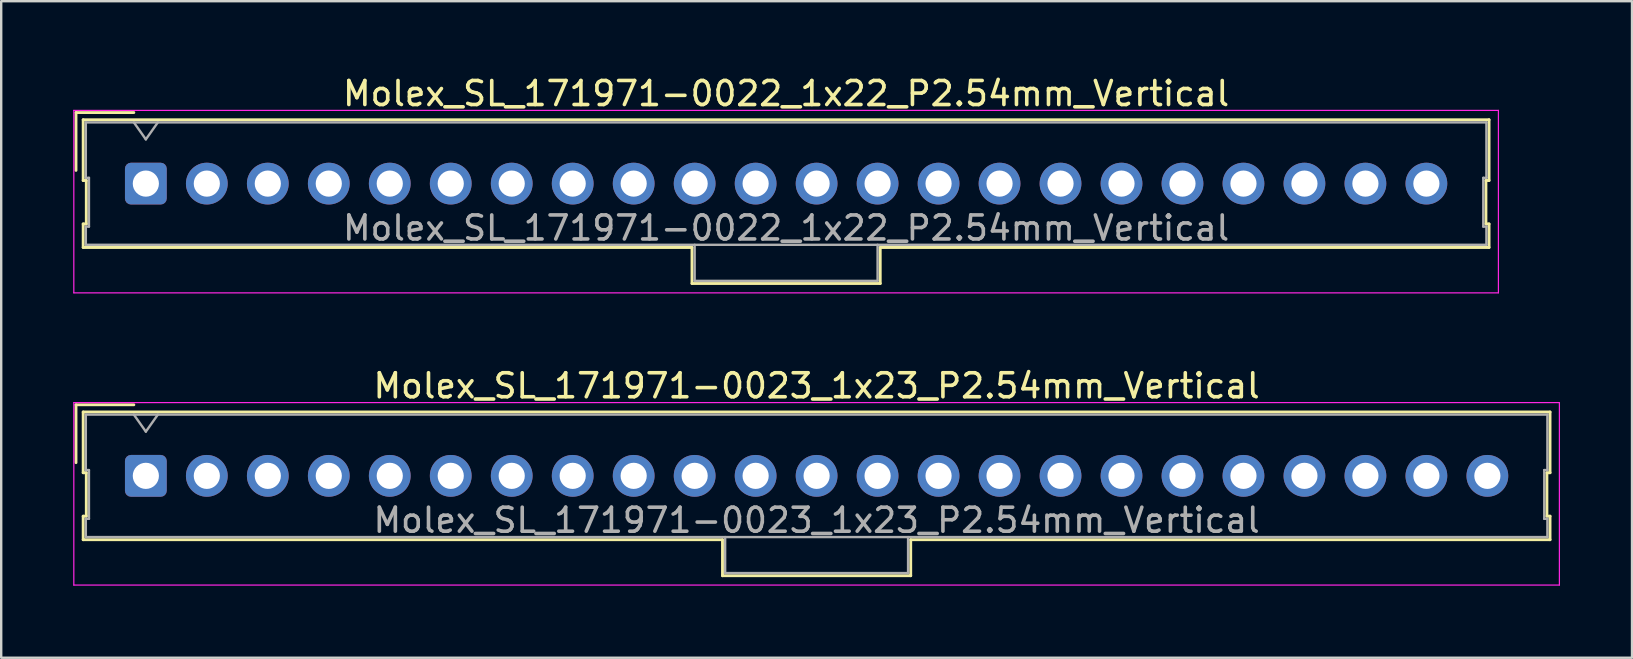
<source format=kicad_pcb>
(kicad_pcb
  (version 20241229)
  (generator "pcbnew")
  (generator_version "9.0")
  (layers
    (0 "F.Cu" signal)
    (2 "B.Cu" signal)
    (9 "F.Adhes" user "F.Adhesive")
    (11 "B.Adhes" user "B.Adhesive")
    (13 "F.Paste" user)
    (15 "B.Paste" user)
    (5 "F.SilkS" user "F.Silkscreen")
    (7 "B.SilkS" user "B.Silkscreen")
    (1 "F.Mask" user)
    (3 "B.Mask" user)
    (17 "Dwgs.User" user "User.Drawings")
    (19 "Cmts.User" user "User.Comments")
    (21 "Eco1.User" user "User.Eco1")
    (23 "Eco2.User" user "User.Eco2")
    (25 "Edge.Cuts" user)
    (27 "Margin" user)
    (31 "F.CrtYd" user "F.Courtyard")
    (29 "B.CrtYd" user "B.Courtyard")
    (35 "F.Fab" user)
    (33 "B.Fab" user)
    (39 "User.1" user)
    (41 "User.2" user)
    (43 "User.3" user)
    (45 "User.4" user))
  (footprint "Molex_SL_171971-0022_1x22_P2.54mm_Vertical"
    (layer "F.Cu")
    (at 3.025 4.598)
    (property "Reference" "Molex_SL_171971-0022_1x22_P2.54mm_Vertical" (at 26.67 -3.75 0) (layer "F.SilkS") (effects (font (size 1 1) (thickness 0.15))))
    (attr through_hole)
    (fp_line (start -2.91 -2.96) (end -0.5 -2.96) (stroke (width 0.12) (type solid)) (layer "F.SilkS"))
    (fp_line (start -2.91 -0.55) (end -2.91 -2.96) (stroke (width 0.12) (type solid)) (layer "F.SilkS"))
    (fp_line (start -2.61 -2.66) (end -2.61 -0.13) (stroke (width 0.12) (type solid)) (layer "F.SilkS"))
    (fp_line (start -2.61 -0.13) (end -2.48 -0.13) (stroke (width 0.12) (type solid)) (layer "F.SilkS"))
    (fp_line (start -2.61 1.68) (end -2.61 2.66) (stroke (width 0.12) (type solid)) (layer "F.SilkS"))
    (fp_line (start -2.61 2.66) (end 22.75 2.66) (stroke (width 0.12) (type solid)) (layer "F.SilkS"))
    (fp_line (start -2.48 -0.13) (end -2.48 1.68) (stroke (width 0.12) (type solid)) (layer "F.SilkS"))
    (fp_line (start -2.48 1.68) (end -2.61 1.68) (stroke (width 0.12) (type solid)) (layer "F.SilkS"))
    (fp_line (start 22.75 2.66) (end 22.75 4.16) (stroke (width 0.12) (type solid)) (layer "F.SilkS"))
    (fp_line (start 22.75 4.16) (end 30.59 4.16) (stroke (width 0.12) (type solid)) (layer "F.SilkS"))
    (fp_line (start 30.59 2.66) (end 55.95 2.66) (stroke (width 0.12) (type solid)) (layer "F.SilkS"))
    (fp_line (start 30.59 4.16) (end 30.59 2.66) (stroke (width 0.12) (type solid)) (layer "F.SilkS"))
    (fp_line (start 55.82 -0.13) (end 55.95 -0.13) (stroke (width 0.12) (type solid)) (layer "F.SilkS"))
    (fp_line (start 55.82 1.68) (end 55.82 -0.13) (stroke (width 0.12) (type solid)) (layer "F.SilkS"))
    (fp_line (start 55.95 -2.66) (end -2.61 -2.66) (stroke (width 0.12) (type solid)) (layer "F.SilkS"))
    (fp_line (start 55.95 -0.13) (end 55.95 -2.66) (stroke (width 0.12) (type solid)) (layer "F.SilkS"))
    (fp_line (start 55.95 1.68) (end 55.82 1.68) (stroke (width 0.12) (type solid)) (layer "F.SilkS"))
    (fp_line (start 55.95 2.66) (end 55.95 1.68) (stroke (width 0.12) (type solid)) (layer "F.SilkS"))
    (fp_line (start -3 -3.05) (end -3 4.55) (stroke (width 0.05) (type solid)) (layer "F.CrtYd"))
    (fp_line (start -3 4.55) (end 56.34 4.55) (stroke (width 0.05) (type solid)) (layer "F.CrtYd"))
    (fp_line (start 56.34 -3.05) (end -3 -3.05) (stroke (width 0.05) (type solid)) (layer "F.CrtYd"))
    (fp_line (start 56.34 4.55) (end 56.34 -3.05) (stroke (width 0.05) (type solid)) (layer "F.CrtYd"))
    (fp_line (start -2.5 -2.55) (end -2.5 -0.24) (stroke (width 0.1) (type solid)) (layer "F.Fab"))
    (fp_line (start -2.5 -0.24) (end -2.37 -0.24) (stroke (width 0.1) (type solid)) (layer "F.Fab"))
    (fp_line (start -2.5 1.79) (end -2.5 2.55) (stroke (width 0.1) (type solid)) (layer "F.Fab"))
    (fp_line (start -2.5 2.55) (end 55.84 2.55) (stroke (width 0.1) (type solid)) (layer "F.Fab"))
    (fp_line (start -2.37 -0.24) (end -2.37 1.79) (stroke (width 0.1) (type solid)) (layer "F.Fab"))
    (fp_line (start -2.37 1.79) (end -2.5 1.79) (stroke (width 0.1) (type solid)) (layer "F.Fab"))
    (fp_line (start 0 -1.843) (end -0.5 -2.55) (stroke (width 0.1) (type solid)) (layer "F.Fab"))
    (fp_line (start 0.5 -2.55) (end 0 -1.843) (stroke (width 0.1) (type solid)) (layer "F.Fab"))
    (fp_line (start 22.86 2.55) (end 22.86 4.05) (stroke (width 0.1) (type solid)) (layer "F.Fab"))
    (fp_line (start 22.86 4.05) (end 30.48 4.05) (stroke (width 0.1) (type solid)) (layer "F.Fab"))
    (fp_line (start 30.48 4.05) (end 30.48 2.55) (stroke (width 0.1) (type solid)) (layer "F.Fab"))
    (fp_line (start 55.71 -0.24) (end 55.84 -0.24) (stroke (width 0.1) (type solid)) (layer "F.Fab"))
    (fp_line (start 55.71 1.79) (end 55.71 -0.24) (stroke (width 0.1) (type solid)) (layer "F.Fab"))
    (fp_line (start 55.84 -2.55) (end -2.5 -2.55) (stroke (width 0.1) (type solid)) (layer "F.Fab"))
    (fp_line (start 55.84 -0.24) (end 55.84 -2.55) (stroke (width 0.1) (type solid)) (layer "F.Fab"))
    (fp_line (start 55.84 1.79) (end 55.71 1.79) (stroke (width 0.1) (type solid)) (layer "F.Fab"))
    (fp_line (start 55.84 2.55) (end 55.84 1.79) (stroke (width 0.1) (type solid)) (layer "F.Fab"))
    (fp_text user "${REFERENCE}" (at 26.67 1.85 0) (layer "F.Fab") (effects (font (size 1 1) (thickness 0.15))))
    (pad "1" thru_hole roundrect (at 0 0) (size 1.74 1.74) (drill 1.09) (layers "*.Cu" "*.Mask") (roundrect_rratio 0.144))
    (pad "2" thru_hole circle (at 2.54 0) (size 1.74 1.74) (drill 1.09) (layers "*.Cu" "*.Mask"))
    (pad "3" thru_hole circle (at 5.08 0) (size 1.74 1.74) (drill 1.09) (layers "*.Cu" "*.Mask"))
    (pad "4" thru_hole circle (at 7.62 0) (size 1.74 1.74) (drill 1.09) (layers "*.Cu" "*.Mask"))
    (pad "5" thru_hole circle (at 10.16 0) (size 1.74 1.74) (drill 1.09) (layers "*.Cu" "*.Mask"))
    (pad "6" thru_hole circle (at 12.7 0) (size 1.74 1.74) (drill 1.09) (layers "*.Cu" "*.Mask"))
    (pad "7" thru_hole circle (at 15.24 0) (size 1.74 1.74) (drill 1.09) (layers "*.Cu" "*.Mask"))
    (pad "8" thru_hole circle (at 17.78 0) (size 1.74 1.74) (drill 1.09) (layers "*.Cu" "*.Mask"))
    (pad "9" thru_hole circle (at 20.32 0) (size 1.74 1.74) (drill 1.09) (layers "*.Cu" "*.Mask"))
    (pad "10" thru_hole circle (at 22.86 0) (size 1.74 1.74) (drill 1.09) (layers "*.Cu" "*.Mask"))
    (pad "11" thru_hole circle (at 25.4 0) (size 1.74 1.74) (drill 1.09) (layers "*.Cu" "*.Mask"))
    (pad "12" thru_hole circle (at 27.94 0) (size 1.74 1.74) (drill 1.09) (layers "*.Cu" "*.Mask"))
    (pad "13" thru_hole circle (at 30.48 0) (size 1.74 1.74) (drill 1.09) (layers "*.Cu" "*.Mask"))
    (pad "14" thru_hole circle (at 33.02 0) (size 1.74 1.74) (drill 1.09) (layers "*.Cu" "*.Mask"))
    (pad "15" thru_hole circle (at 35.56 0) (size 1.74 1.74) (drill 1.09) (layers "*.Cu" "*.Mask"))
    (pad "16" thru_hole circle (at 38.1 0) (size 1.74 1.74) (drill 1.09) (layers "*.Cu" "*.Mask"))
    (pad "17" thru_hole circle (at 40.64 0) (size 1.74 1.74) (drill 1.09) (layers "*.Cu" "*.Mask"))
    (pad "18" thru_hole circle (at 43.18 0) (size 1.74 1.74) (drill 1.09) (layers "*.Cu" "*.Mask"))
    (pad "19" thru_hole circle (at 45.72 0) (size 1.74 1.74) (drill 1.09) (layers "*.Cu" "*.Mask"))
    (pad "20" thru_hole circle (at 48.26 0) (size 1.74 1.74) (drill 1.09) (layers "*.Cu" "*.Mask"))
    (pad "21" thru_hole circle (at 50.8 0) (size 1.74 1.74) (drill 1.09) (layers "*.Cu" "*.Mask"))
    (pad "22" thru_hole circle (at 53.34 0) (size 1.74 1.74) (drill 1.09) (layers "*.Cu" "*.Mask")))
  (footprint "Molex_SL_171971-0023_1x23_P2.54mm_Vertical"
    (layer "F.Cu")
    (at 3.025 16.771)
    (property "Reference" "Molex_SL_171971-0023_1x23_P2.54mm_Vertical" (at 27.94 -3.75 0) (layer "F.SilkS") (effects (font (size 1 1) (thickness 0.15))))
    (attr through_hole)
    (fp_line (start -2.91 -2.96) (end -0.5 -2.96) (stroke (width 0.12) (type solid)) (layer "F.SilkS"))
    (fp_line (start -2.91 -0.55) (end -2.91 -2.96) (stroke (width 0.12) (type solid)) (layer "F.SilkS"))
    (fp_line (start -2.61 -2.66) (end -2.61 -0.13) (stroke (width 0.12) (type solid)) (layer "F.SilkS"))
    (fp_line (start -2.61 -0.13) (end -2.48 -0.13) (stroke (width 0.12) (type solid)) (layer "F.SilkS"))
    (fp_line (start -2.61 1.68) (end -2.61 2.66) (stroke (width 0.12) (type solid)) (layer "F.SilkS"))
    (fp_line (start -2.61 2.66) (end 24.02 2.66) (stroke (width 0.12) (type solid)) (layer "F.SilkS"))
    (fp_line (start -2.48 -0.13) (end -2.48 1.68) (stroke (width 0.12) (type solid)) (layer "F.SilkS"))
    (fp_line (start -2.48 1.68) (end -2.61 1.68) (stroke (width 0.12) (type solid)) (layer "F.SilkS"))
    (fp_line (start 24.02 2.66) (end 24.02 4.16) (stroke (width 0.12) (type solid)) (layer "F.SilkS"))
    (fp_line (start 24.02 4.16) (end 31.86 4.16) (stroke (width 0.12) (type solid)) (layer "F.SilkS"))
    (fp_line (start 31.86 2.66) (end 58.49 2.66) (stroke (width 0.12) (type solid)) (layer "F.SilkS"))
    (fp_line (start 31.86 4.16) (end 31.86 2.66) (stroke (width 0.12) (type solid)) (layer "F.SilkS"))
    (fp_line (start 58.36 -0.13) (end 58.49 -0.13) (stroke (width 0.12) (type solid)) (layer "F.SilkS"))
    (fp_line (start 58.36 1.68) (end 58.36 -0.13) (stroke (width 0.12) (type solid)) (layer "F.SilkS"))
    (fp_line (start 58.49 -2.66) (end -2.61 -2.66) (stroke (width 0.12) (type solid)) (layer "F.SilkS"))
    (fp_line (start 58.49 -0.13) (end 58.49 -2.66) (stroke (width 0.12) (type solid)) (layer "F.SilkS"))
    (fp_line (start 58.49 1.68) (end 58.36 1.68) (stroke (width 0.12) (type solid)) (layer "F.SilkS"))
    (fp_line (start 58.49 2.66) (end 58.49 1.68) (stroke (width 0.12) (type solid)) (layer "F.SilkS"))
    (fp_line (start -3 -3.05) (end -3 4.55) (stroke (width 0.05) (type solid)) (layer "F.CrtYd"))
    (fp_line (start -3 4.55) (end 58.88 4.55) (stroke (width 0.05) (type solid)) (layer "F.CrtYd"))
    (fp_line (start 58.88 -3.05) (end -3 -3.05) (stroke (width 0.05) (type solid)) (layer "F.CrtYd"))
    (fp_line (start 58.88 4.55) (end 58.88 -3.05) (stroke (width 0.05) (type solid)) (layer "F.CrtYd"))
    (fp_line (start -2.5 -2.55) (end -2.5 -0.24) (stroke (width 0.1) (type solid)) (layer "F.Fab"))
    (fp_line (start -2.5 -0.24) (end -2.37 -0.24) (stroke (width 0.1) (type solid)) (layer "F.Fab"))
    (fp_line (start -2.5 1.79) (end -2.5 2.55) (stroke (width 0.1) (type solid)) (layer "F.Fab"))
    (fp_line (start -2.5 2.55) (end 58.38 2.55) (stroke (width 0.1) (type solid)) (layer "F.Fab"))
    (fp_line (start -2.37 -0.24) (end -2.37 1.79) (stroke (width 0.1) (type solid)) (layer "F.Fab"))
    (fp_line (start -2.37 1.79) (end -2.5 1.79) (stroke (width 0.1) (type solid)) (layer "F.Fab"))
    (fp_line (start 0 -1.843) (end -0.5 -2.55) (stroke (width 0.1) (type solid)) (layer "F.Fab"))
    (fp_line (start 0.5 -2.55) (end 0 -1.843) (stroke (width 0.1) (type solid)) (layer "F.Fab"))
    (fp_line (start 24.13 2.55) (end 24.13 4.05) (stroke (width 0.1) (type solid)) (layer "F.Fab"))
    (fp_line (start 24.13 4.05) (end 31.75 4.05) (stroke (width 0.1) (type solid)) (layer "F.Fab"))
    (fp_line (start 31.75 4.05) (end 31.75 2.55) (stroke (width 0.1) (type solid)) (layer "F.Fab"))
    (fp_line (start 58.25 -0.24) (end 58.38 -0.24) (stroke (width 0.1) (type solid)) (layer "F.Fab"))
    (fp_line (start 58.25 1.79) (end 58.25 -0.24) (stroke (width 0.1) (type solid)) (layer "F.Fab"))
    (fp_line (start 58.38 -2.55) (end -2.5 -2.55) (stroke (width 0.1) (type solid)) (layer "F.Fab"))
    (fp_line (start 58.38 -0.24) (end 58.38 -2.55) (stroke (width 0.1) (type solid)) (layer "F.Fab"))
    (fp_line (start 58.38 1.79) (end 58.25 1.79) (stroke (width 0.1) (type solid)) (layer "F.Fab"))
    (fp_line (start 58.38 2.55) (end 58.38 1.79) (stroke (width 0.1) (type solid)) (layer "F.Fab"))
    (fp_text user "${REFERENCE}" (at 27.94 1.85 0) (layer "F.Fab") (effects (font (size 1 1) (thickness 0.15))))
    (pad "1" thru_hole roundrect (at 0 0) (size 1.74 1.74) (drill 1.09) (layers "*.Cu" "*.Mask") (roundrect_rratio 0.144))
    (pad "2" thru_hole circle (at 2.54 0) (size 1.74 1.74) (drill 1.09) (layers "*.Cu" "*.Mask"))
    (pad "3" thru_hole circle (at 5.08 0) (size 1.74 1.74) (drill 1.09) (layers "*.Cu" "*.Mask"))
    (pad "4" thru_hole circle (at 7.62 0) (size 1.74 1.74) (drill 1.09) (layers "*.Cu" "*.Mask"))
    (pad "5" thru_hole circle (at 10.16 0) (size 1.74 1.74) (drill 1.09) (layers "*.Cu" "*.Mask"))
    (pad "6" thru_hole circle (at 12.7 0) (size 1.74 1.74) (drill 1.09) (layers "*.Cu" "*.Mask"))
    (pad "7" thru_hole circle (at 15.24 0) (size 1.74 1.74) (drill 1.09) (layers "*.Cu" "*.Mask"))
    (pad "8" thru_hole circle (at 17.78 0) (size 1.74 1.74) (drill 1.09) (layers "*.Cu" "*.Mask"))
    (pad "9" thru_hole circle (at 20.32 0) (size 1.74 1.74) (drill 1.09) (layers "*.Cu" "*.Mask"))
    (pad "10" thru_hole circle (at 22.86 0) (size 1.74 1.74) (drill 1.09) (layers "*.Cu" "*.Mask"))
    (pad "11" thru_hole circle (at 25.4 0) (size 1.74 1.74) (drill 1.09) (layers "*.Cu" "*.Mask"))
    (pad "12" thru_hole circle (at 27.94 0) (size 1.74 1.74) (drill 1.09) (layers "*.Cu" "*.Mask"))
    (pad "13" thru_hole circle (at 30.48 0) (size 1.74 1.74) (drill 1.09) (layers "*.Cu" "*.Mask"))
    (pad "14" thru_hole circle (at 33.02 0) (size 1.74 1.74) (drill 1.09) (layers "*.Cu" "*.Mask"))
    (pad "15" thru_hole circle (at 35.56 0) (size 1.74 1.74) (drill 1.09) (layers "*.Cu" "*.Mask"))
    (pad "16" thru_hole circle (at 38.1 0) (size 1.74 1.74) (drill 1.09) (layers "*.Cu" "*.Mask"))
    (pad "17" thru_hole circle (at 40.64 0) (size 1.74 1.74) (drill 1.09) (layers "*.Cu" "*.Mask"))
    (pad "18" thru_hole circle (at 43.18 0) (size 1.74 1.74) (drill 1.09) (layers "*.Cu" "*.Mask"))
    (pad "19" thru_hole circle (at 45.72 0) (size 1.74 1.74) (drill 1.09) (layers "*.Cu" "*.Mask"))
    (pad "20" thru_hole circle (at 48.26 0) (size 1.74 1.74) (drill 1.09) (layers "*.Cu" "*.Mask"))
    (pad "21" thru_hole circle (at 50.8 0) (size 1.74 1.74) (drill 1.09) (layers "*.Cu" "*.Mask"))
    (pad "22" thru_hole circle (at 53.34 0) (size 1.74 1.74) (drill 1.09) (layers "*.Cu" "*.Mask"))
    (pad "23" thru_hole circle (at 55.88 0) (size 1.74 1.74) (drill 1.09) (layers "*.Cu" "*.Mask")))
  (gr_rect
    (start -3 -3)
    (end 64.93 24.346)
    (stroke (width 0.1) (type default))
    (fill no)
    (layer "Edge.Cuts")))
</source>
